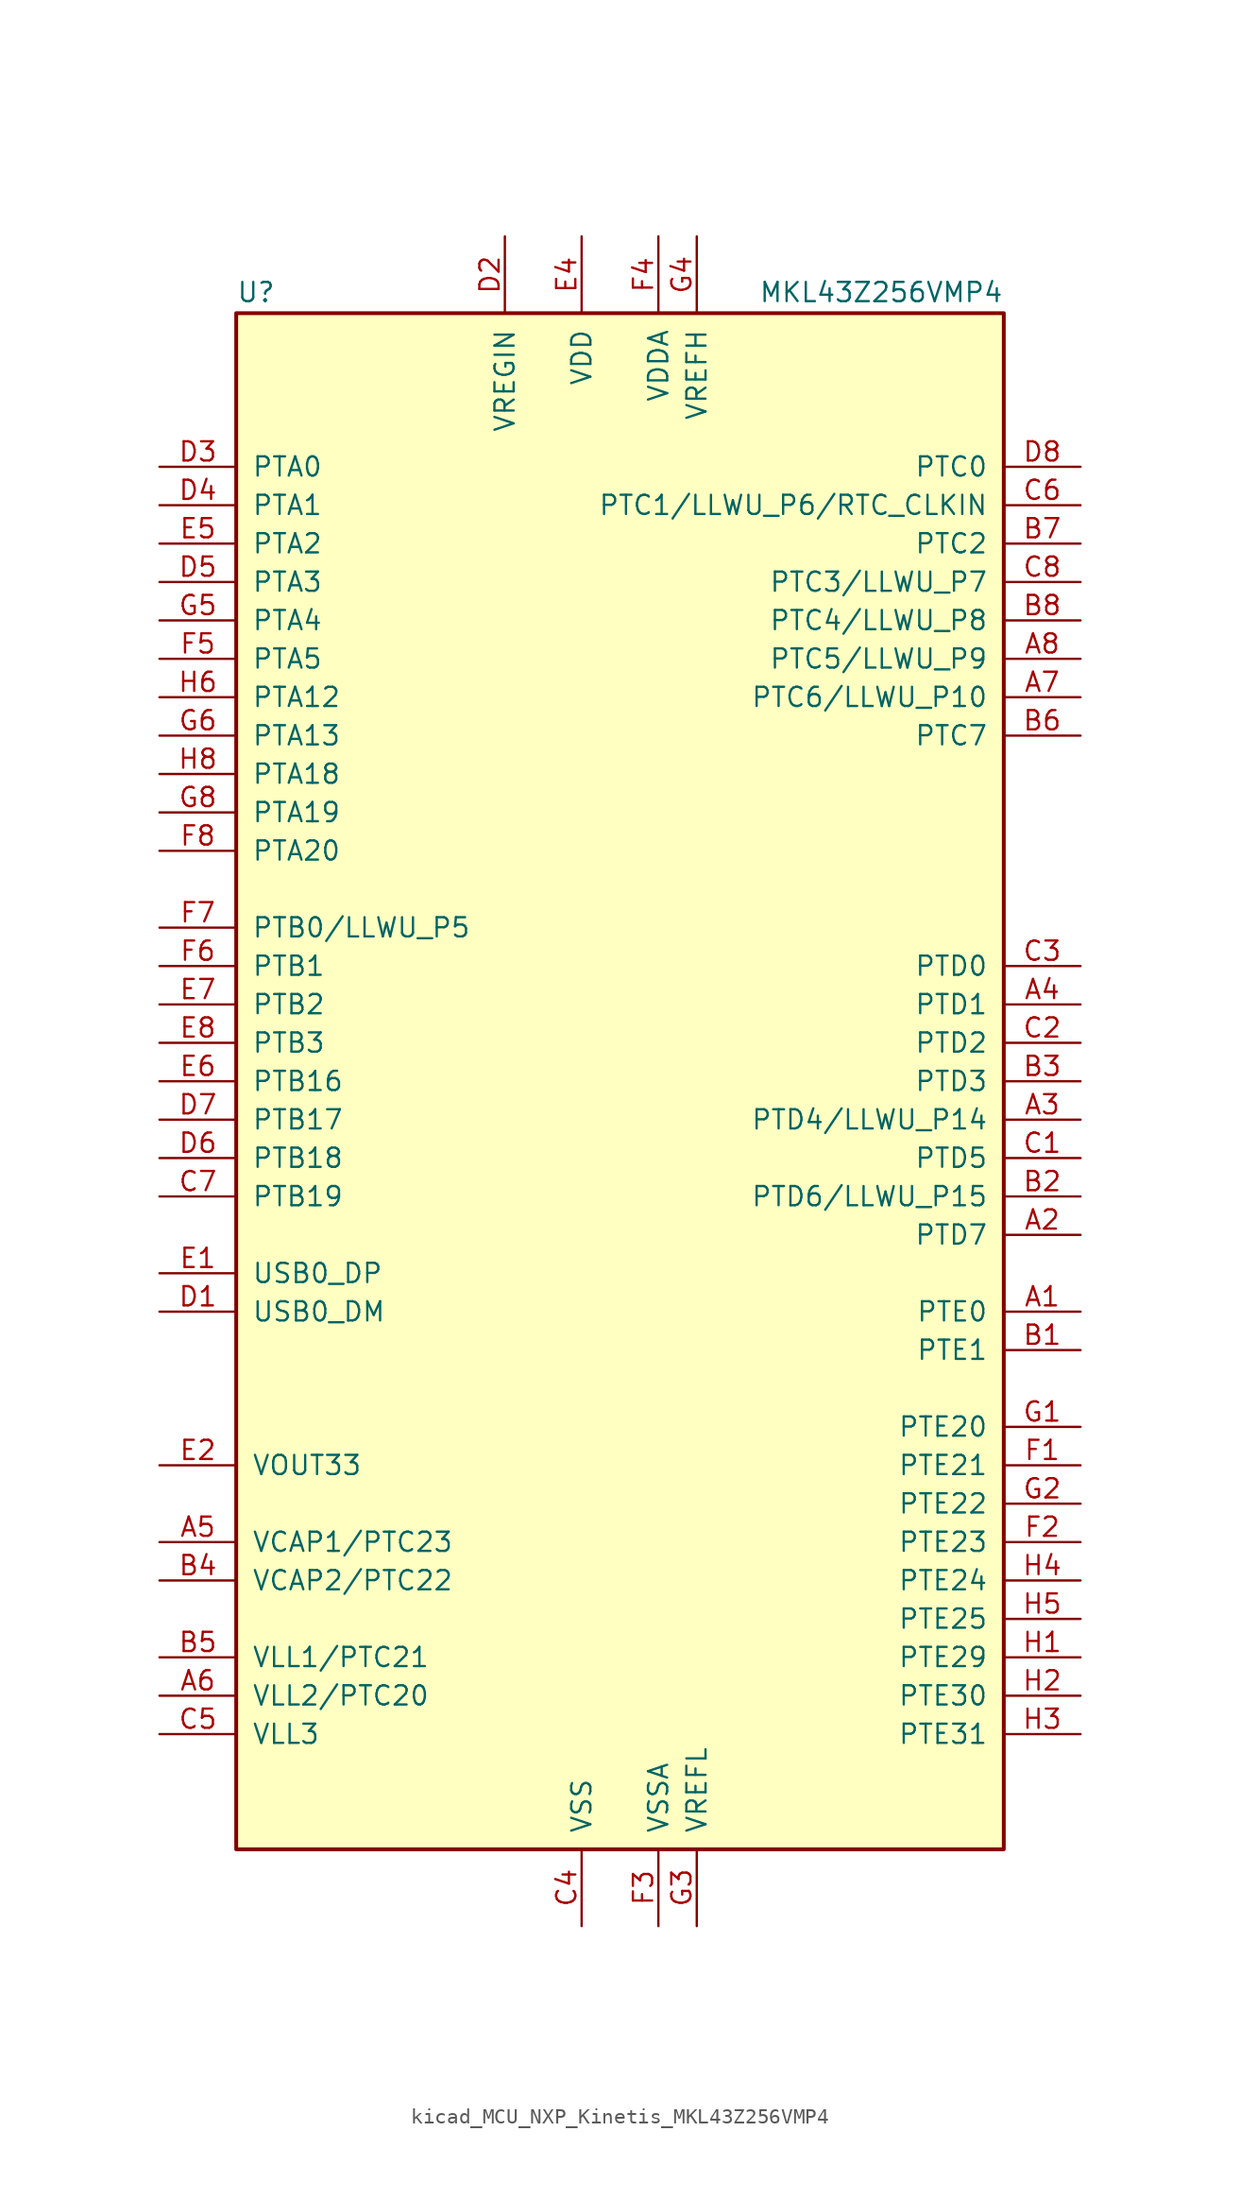
<source format=kicad_sym>
(kicad_symbol_lib
  (version 20220914)
  (generator kicad_symbol_editor)
  (symbol "kicad_MCU_NXP_Kinetis_MKL43Z256VMP4"
    (pin_names
      (offset 1.016))
    (property "Reference" "U"
      (at -25.4 51.435 0)
      (effects (font (size 1.27 1.27)) (justify left bottom)))
    (property "Value" "MKL43Z256VMP4"
      (at 25.4 51.435 0)
      (effects (font (size 1.27 1.27)) (justify right bottom)))
    (symbol "kicad_MCU_NXP_Kinetis_MKL43Z256VMP4_0_1"
      (rectangle (start -25.4 50.8) (end 25.4 -50.8) (stroke (width 0.254) (type default)) (fill (type background))))
    (symbol "kicad_MCU_NXP_Kinetis_MKL43Z256VMP4_1_1"
      (pin bidirectional line (at 30.48 -15.24 180) (length 5.08) (name "PTE0" (effects (font (size 1.27 1.27)))) (number "A1" (effects (font (size 1.27 1.27)))))
      (pin bidirectional line (at 30.48 -10.16 180) (length 5.08) (name "PTD7" (effects (font (size 1.27 1.27)))) (number "A2" (effects (font (size 1.27 1.27)))))
      (pin bidirectional line (at 30.48 -2.54 180) (length 5.08) (name "PTD4/LLWU_P14" (effects (font (size 1.27 1.27)))) (number "A3" (effects (font (size 1.27 1.27)))))
      (pin bidirectional line (at 30.48 5.08 180) (length 5.08) (name "PTD1" (effects (font (size 1.27 1.27)))) (number "A4" (effects (font (size 1.27 1.27)))))
      (pin passive line (at -30.48 -30.48 0) (length 5.08) (name "VCAP1/PTC23" (effects (font (size 1.27 1.27)))) (number "A5" (effects (font (size 1.27 1.27)))))
      (pin power_out line (at -30.48 -40.64 0) (length 5.08) (name "VLL2/PTC20" (effects (font (size 1.27 1.27)))) (number "A6" (effects (font (size 1.27 1.27)))))
      (pin bidirectional line (at 30.48 25.4 180) (length 5.08) (name "PTC6/LLWU_P10" (effects (font (size 1.27 1.27)))) (number "A7" (effects (font (size 1.27 1.27)))))
      (pin bidirectional line (at 30.48 27.94 180) (length 5.08) (name "PTC5/LLWU_P9" (effects (font (size 1.27 1.27)))) (number "A8" (effects (font (size 1.27 1.27)))))
      (pin bidirectional line (at 30.48 -17.78 180) (length 5.08) (name "PTE1" (effects (font (size 1.27 1.27)))) (number "B1" (effects (font (size 1.27 1.27)))))
      (pin bidirectional line (at 30.48 -7.62 180) (length 5.08) (name "PTD6/LLWU_P15" (effects (font (size 1.27 1.27)))) (number "B2" (effects (font (size 1.27 1.27)))))
      (pin bidirectional line (at 30.48 0 180) (length 5.08) (name "PTD3" (effects (font (size 1.27 1.27)))) (number "B3" (effects (font (size 1.27 1.27)))))
      (pin passive line (at -30.48 -33.02 0) (length 5.08) (name "VCAP2/PTC22" (effects (font (size 1.27 1.27)))) (number "B4" (effects (font (size 1.27 1.27)))))
      (pin power_out line (at -30.48 -38.1 0) (length 5.08) (name "VLL1/PTC21" (effects (font (size 1.27 1.27)))) (number "B5" (effects (font (size 1.27 1.27)))))
      (pin bidirectional line (at 30.48 22.86 180) (length 5.08) (name "PTC7" (effects (font (size 1.27 1.27)))) (number "B6" (effects (font (size 1.27 1.27)))))
      (pin bidirectional line (at 30.48 35.56 180) (length 5.08) (name "PTC2" (effects (font (size 1.27 1.27)))) (number "B7" (effects (font (size 1.27 1.27)))))
      (pin bidirectional line (at 30.48 30.48 180) (length 5.08) (name "PTC4/LLWU_P8" (effects (font (size 1.27 1.27)))) (number "B8" (effects (font (size 1.27 1.27)))))
      (pin bidirectional line (at 30.48 -5.08 180) (length 5.08) (name "PTD5" (effects (font (size 1.27 1.27)))) (number "C1" (effects (font (size 1.27 1.27)))))
      (pin bidirectional line (at 30.48 2.54 180) (length 5.08) (name "PTD2" (effects (font (size 1.27 1.27)))) (number "C2" (effects (font (size 1.27 1.27)))))
      (pin bidirectional line (at 30.48 7.62 180) (length 5.08) (name "PTD0" (effects (font (size 1.27 1.27)))) (number "C3" (effects (font (size 1.27 1.27)))))
      (pin power_in line (at -2.54 -55.88 90) (length 5.08) (name "VSS" (effects (font (size 1.27 1.27)))) (number "C4" (effects (font (size 1.27 1.27)))))
      (pin power_out line (at -30.48 -43.18 0) (length 5.08) (name "VLL3" (effects (font (size 1.27 1.27)))) (number "C5" (effects (font (size 1.27 1.27)))))
      (pin bidirectional line (at 30.48 38.1 180) (length 5.08) (name "PTC1/LLWU_P6/RTC_CLKIN" (effects (font (size 1.27 1.27)))) (number "C6" (effects (font (size 1.27 1.27)))))
      (pin bidirectional line (at -30.48 -7.62 0) (length 5.08) (name "PTB19" (effects (font (size 1.27 1.27)))) (number "C7" (effects (font (size 1.27 1.27)))))
      (pin bidirectional line (at 30.48 33.02 180) (length 5.08) (name "PTC3/LLWU_P7" (effects (font (size 1.27 1.27)))) (number "C8" (effects (font (size 1.27 1.27)))))
      (pin bidirectional line (at -30.48 -15.24 0) (length 5.08) (name "USB0_DM" (effects (font (size 1.27 1.27)))) (number "D1" (effects (font (size 1.27 1.27)))))
      (pin power_in line (at -7.62 55.88 270) (length 5.08) (name "VREGIN" (effects (font (size 1.27 1.27)))) (number "D2" (effects (font (size 1.27 1.27)))))
      (pin bidirectional line (at -30.48 40.64 0) (length 5.08) (name "PTA0" (effects (font (size 1.27 1.27)))) (number "D3" (effects (font (size 1.27 1.27)))))
      (pin bidirectional line (at -30.48 38.1 0) (length 5.08) (name "PTA1" (effects (font (size 1.27 1.27)))) (number "D4" (effects (font (size 1.27 1.27)))))
      (pin bidirectional line (at -30.48 33.02 0) (length 5.08) (name "PTA3" (effects (font (size 1.27 1.27)))) (number "D5" (effects (font (size 1.27 1.27)))))
      (pin bidirectional line (at -30.48 -5.08 0) (length 5.08) (name "PTB18" (effects (font (size 1.27 1.27)))) (number "D6" (effects (font (size 1.27 1.27)))))
      (pin bidirectional line (at -30.48 -2.54 0) (length 5.08) (name "PTB17" (effects (font (size 1.27 1.27)))) (number "D7" (effects (font (size 1.27 1.27)))))
      (pin bidirectional line (at 30.48 40.64 180) (length 5.08) (name "PTC0" (effects (font (size 1.27 1.27)))) (number "D8" (effects (font (size 1.27 1.27)))))
      (pin bidirectional line (at -30.48 -12.7 0) (length 5.08) (name "USB0_DP" (effects (font (size 1.27 1.27)))) (number "E1" (effects (font (size 1.27 1.27)))))
      (pin power_out line (at -30.48 -25.4 0) (length 5.08) (name "VOUT33" (effects (font (size 1.27 1.27)))) (number "E2" (effects (font (size 1.27 1.27)))))
      (pin passive line (at -2.54 -55.88 90) (length 5.08) hide (name "VSS" (effects (font (size 1.27 1.27)))) (number "E3" (effects (font (size 1.27 1.27)))))
      (pin power_in line (at -2.54 55.88 270) (length 5.08) (name "VDD" (effects (font (size 1.27 1.27)))) (number "E4" (effects (font (size 1.27 1.27)))))
      (pin bidirectional line (at -30.48 35.56 0) (length 5.08) (name "PTA2" (effects (font (size 1.27 1.27)))) (number "E5" (effects (font (size 1.27 1.27)))))
      (pin bidirectional line (at -30.48 0 0) (length 5.08) (name "PTB16" (effects (font (size 1.27 1.27)))) (number "E6" (effects (font (size 1.27 1.27)))))
      (pin bidirectional line (at -30.48 5.08 0) (length 5.08) (name "PTB2" (effects (font (size 1.27 1.27)))) (number "E7" (effects (font (size 1.27 1.27)))))
      (pin bidirectional line (at -30.48 2.54 0) (length 5.08) (name "PTB3" (effects (font (size 1.27 1.27)))) (number "E8" (effects (font (size 1.27 1.27)))))
      (pin bidirectional line (at 30.48 -25.4 180) (length 5.08) (name "PTE21" (effects (font (size 1.27 1.27)))) (number "F1" (effects (font (size 1.27 1.27)))))
      (pin bidirectional line (at 30.48 -30.48 180) (length 5.08) (name "PTE23" (effects (font (size 1.27 1.27)))) (number "F2" (effects (font (size 1.27 1.27)))))
      (pin power_in line (at 2.54 -55.88 90) (length 5.08) (name "VSSA" (effects (font (size 1.27 1.27)))) (number "F3" (effects (font (size 1.27 1.27)))))
      (pin power_in line (at 2.54 55.88 270) (length 5.08) (name "VDDA" (effects (font (size 1.27 1.27)))) (number "F4" (effects (font (size 1.27 1.27)))))
      (pin bidirectional line (at -30.48 27.94 0) (length 5.08) (name "PTA5" (effects (font (size 1.27 1.27)))) (number "F5" (effects (font (size 1.27 1.27)))))
      (pin bidirectional line (at -30.48 7.62 0) (length 5.08) (name "PTB1" (effects (font (size 1.27 1.27)))) (number "F6" (effects (font (size 1.27 1.27)))))
      (pin bidirectional line (at -30.48 10.16 0) (length 5.08) (name "PTB0/LLWU_P5" (effects (font (size 1.27 1.27)))) (number "F7" (effects (font (size 1.27 1.27)))))
      (pin bidirectional line (at -30.48 15.24 0) (length 5.08) (name "PTA20" (effects (font (size 1.27 1.27)))) (number "F8" (effects (font (size 1.27 1.27)))))
      (pin bidirectional line (at 30.48 -22.86 180) (length 5.08) (name "PTE20" (effects (font (size 1.27 1.27)))) (number "G1" (effects (font (size 1.27 1.27)))))
      (pin bidirectional line (at 30.48 -27.94 180) (length 5.08) (name "PTE22" (effects (font (size 1.27 1.27)))) (number "G2" (effects (font (size 1.27 1.27)))))
      (pin power_in line (at 5.08 -55.88 90) (length 5.08) (name "VREFL" (effects (font (size 1.27 1.27)))) (number "G3" (effects (font (size 1.27 1.27)))))
      (pin power_in line (at 5.08 55.88 270) (length 5.08) (name "VREFH" (effects (font (size 1.27 1.27)))) (number "G4" (effects (font (size 1.27 1.27)))))
      (pin bidirectional line (at -30.48 30.48 0) (length 5.08) (name "PTA4" (effects (font (size 1.27 1.27)))) (number "G5" (effects (font (size 1.27 1.27)))))
      (pin bidirectional line (at -30.48 22.86 0) (length 5.08) (name "PTA13" (effects (font (size 1.27 1.27)))) (number "G6" (effects (font (size 1.27 1.27)))))
      (pin passive line (at -2.54 55.88 270) (length 5.08) hide (name "VDD" (effects (font (size 1.27 1.27)))) (number "G7" (effects (font (size 1.27 1.27)))))
      (pin bidirectional line (at -30.48 17.78 0) (length 5.08) (name "PTA19" (effects (font (size 1.27 1.27)))) (number "G8" (effects (font (size 1.27 1.27)))))
      (pin bidirectional line (at 30.48 -38.1 180) (length 5.08) (name "PTE29" (effects (font (size 1.27 1.27)))) (number "H1" (effects (font (size 1.27 1.27)))))
      (pin bidirectional line (at 30.48 -40.64 180) (length 5.08) (name "PTE30" (effects (font (size 1.27 1.27)))) (number "H2" (effects (font (size 1.27 1.27)))))
      (pin bidirectional line (at 30.48 -43.18 180) (length 5.08) (name "PTE31" (effects (font (size 1.27 1.27)))) (number "H3" (effects (font (size 1.27 1.27)))))
      (pin bidirectional line (at 30.48 -33.02 180) (length 5.08) (name "PTE24" (effects (font (size 1.27 1.27)))) (number "H4" (effects (font (size 1.27 1.27)))))
      (pin bidirectional line (at 30.48 -35.56 180) (length 5.08) (name "PTE25" (effects (font (size 1.27 1.27)))) (number "H5" (effects (font (size 1.27 1.27)))))
      (pin bidirectional line (at -30.48 25.4 0) (length 5.08) (name "PTA12" (effects (font (size 1.27 1.27)))) (number "H6" (effects (font (size 1.27 1.27)))))
      (pin passive line (at -2.54 -55.88 90) (length 5.08) hide (name "VSS" (effects (font (size 1.27 1.27)))) (number "H7" (effects (font (size 1.27 1.27)))))
      (pin bidirectional line (at -30.48 20.32 0) (length 5.08) (name "PTA18" (effects (font (size 1.27 1.27)))) (number "H8" (effects (font (size 1.27 1.27))))))))
</source>
